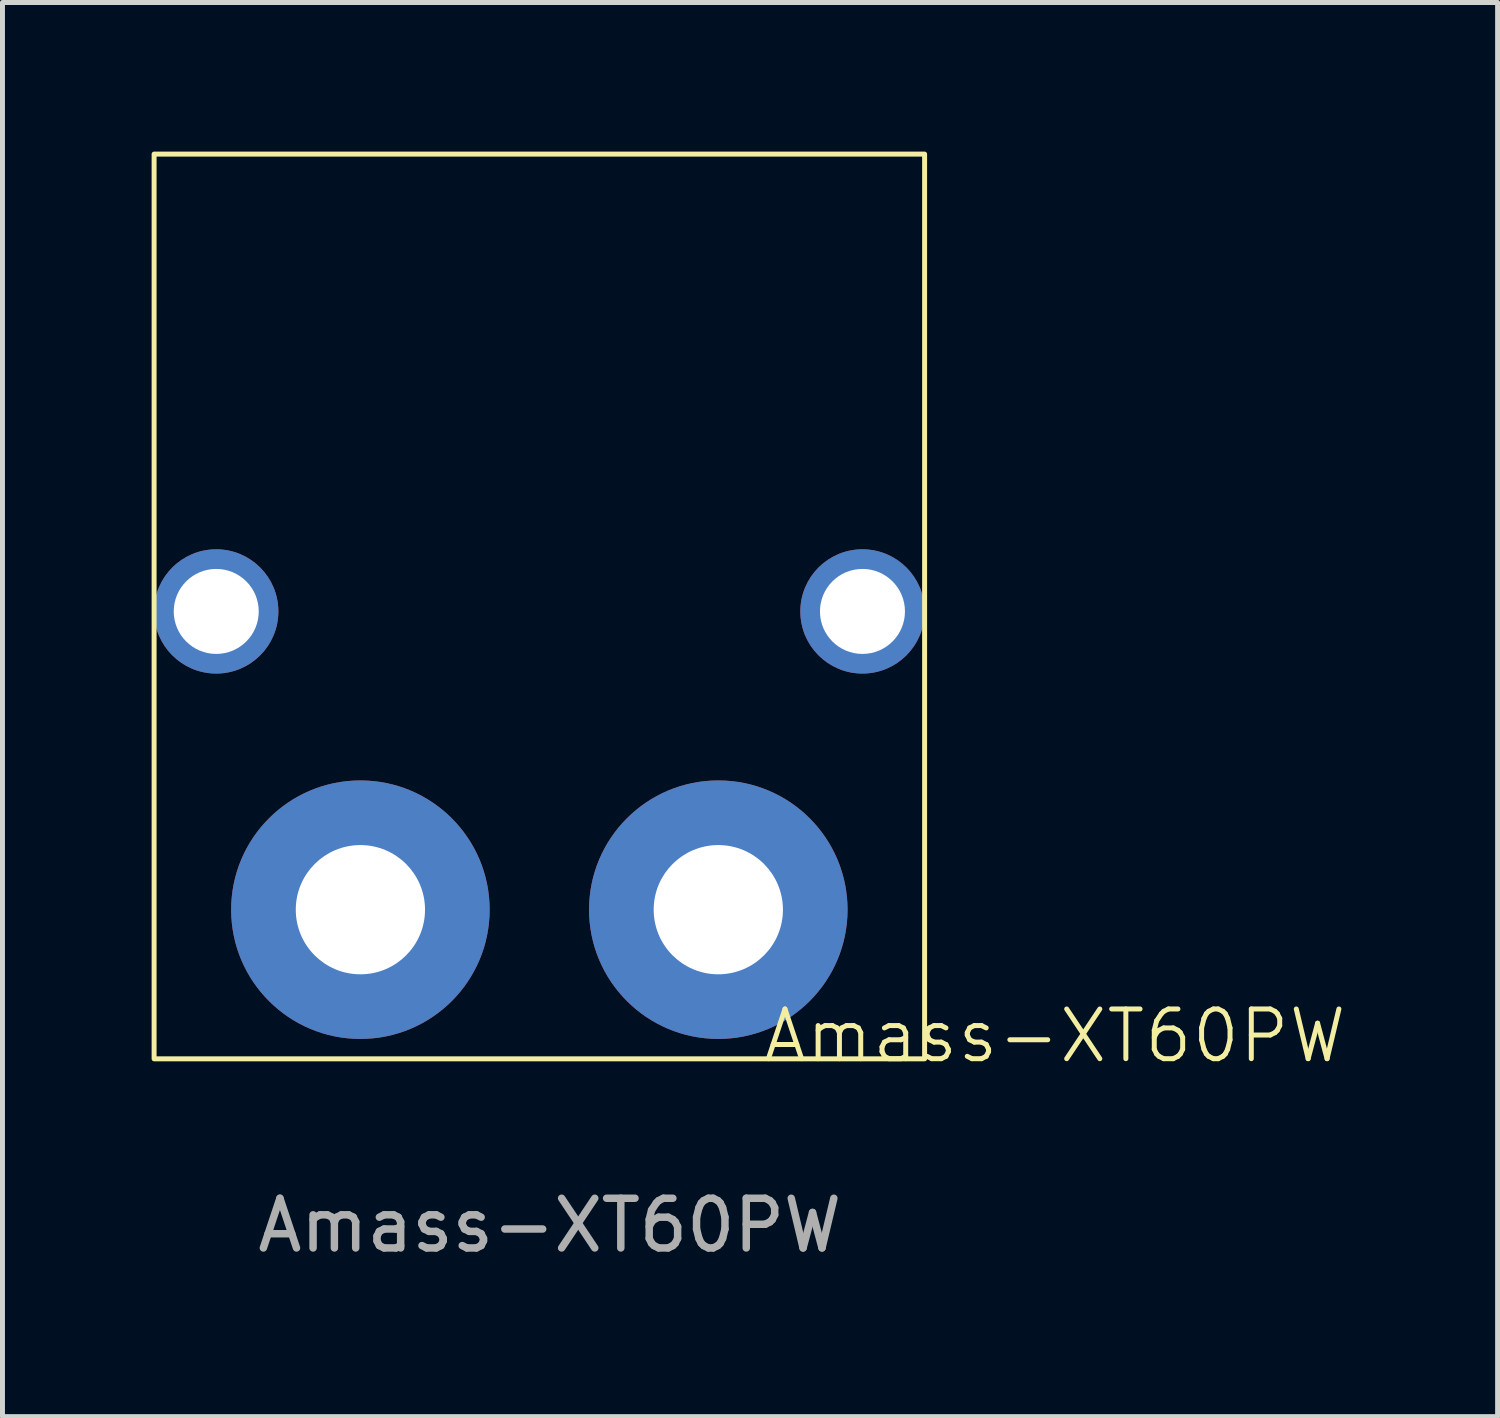
<source format=kicad_pcb>
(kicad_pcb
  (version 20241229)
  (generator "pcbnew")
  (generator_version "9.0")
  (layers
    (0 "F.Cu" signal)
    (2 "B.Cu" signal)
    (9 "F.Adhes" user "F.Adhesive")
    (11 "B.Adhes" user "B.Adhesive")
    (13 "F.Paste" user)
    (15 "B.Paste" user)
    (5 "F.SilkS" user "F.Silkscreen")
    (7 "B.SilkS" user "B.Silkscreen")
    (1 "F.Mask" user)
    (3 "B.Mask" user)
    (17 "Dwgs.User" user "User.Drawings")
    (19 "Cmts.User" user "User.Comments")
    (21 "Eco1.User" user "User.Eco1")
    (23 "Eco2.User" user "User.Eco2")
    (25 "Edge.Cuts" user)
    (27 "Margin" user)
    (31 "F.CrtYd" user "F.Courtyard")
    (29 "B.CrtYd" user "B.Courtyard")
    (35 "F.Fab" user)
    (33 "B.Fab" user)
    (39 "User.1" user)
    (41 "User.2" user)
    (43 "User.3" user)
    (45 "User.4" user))
  (footprint "Amass-XT60PW"
    (layer "F.Cu")
    (at 4.2 15.25)
    (property "Reference" "Amass-XT60PW" (at 13.97 2.54 0) (unlocked yes) (layer "F.SilkS") (effects (font (size 1 1) (thickness 0.1))))
    (attr through_hole)
    (fp_rect (start -4.15 -15.2) (end 11.35 3) (stroke (width 0.1) (type default)) (fill no) (layer "F.SilkS"))
    (fp_text user "${REFERENCE}" (at 3.81 6.35 0) (unlocked yes) (layer "F.Fab") (effects (font (size 1 1) (thickness 0.15))))
    (pad "1" thru_hole circle (at 0 0) (size 5.2 5.2) (drill 2.6) (layers "*.Cu" "*.Mask"))
    (pad "2" thru_hole circle (at 7.2 0) (size 5.2 5.2) (drill 2.6) (layers "*.Cu" "*.Mask"))
    (pad "3" thru_hole circle (at -2.9 -6) (size 2.5 2.5) (drill 1.71) (layers "*.Cu" "*.Mask"))
    (pad "4" thru_hole circle (at 10.1 -6) (size 2.5 2.5) (drill 1.71) (layers "*.Cu" "*.Mask")))
  (gr_rect
    (start -3 -3)
    (end 27.077 25.448)
    (stroke (width 0.1) (type default))
    (fill no)
    (layer "Edge.Cuts")))
</source>
